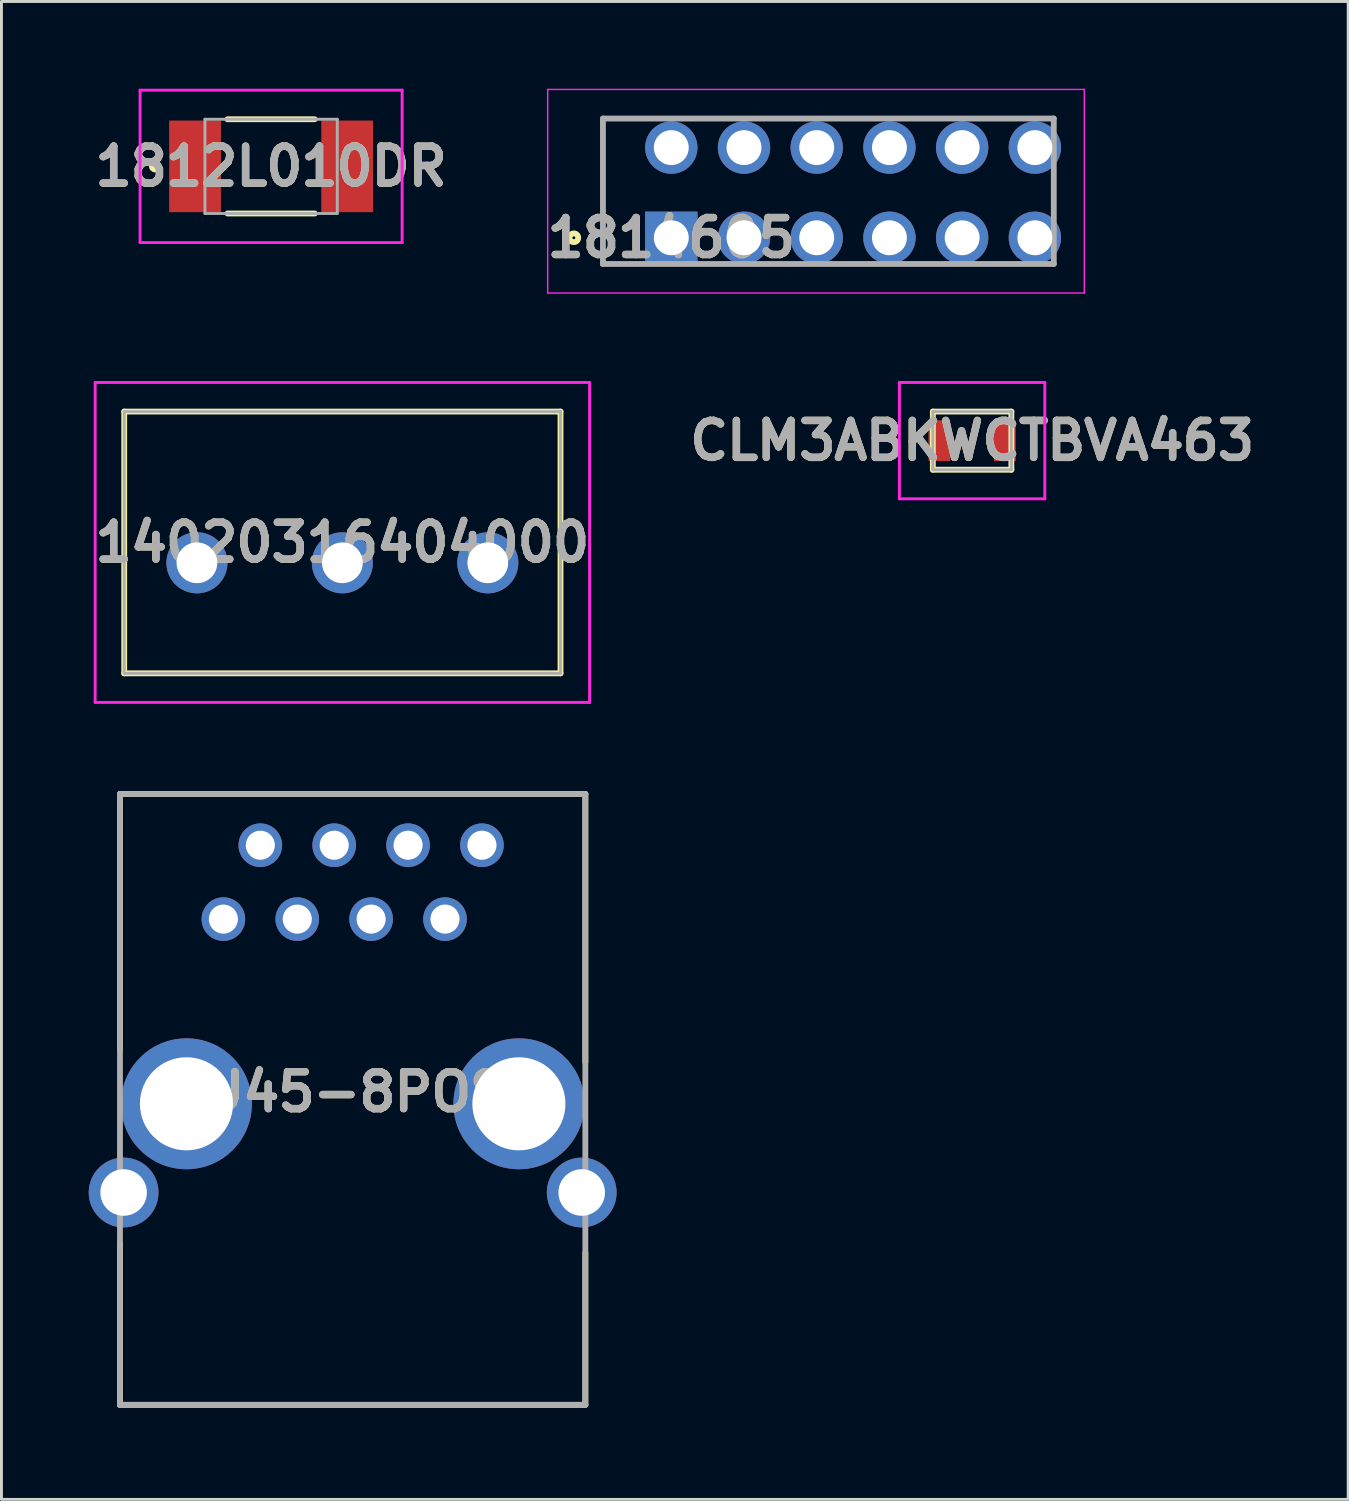
<source format=kicad_pcb>
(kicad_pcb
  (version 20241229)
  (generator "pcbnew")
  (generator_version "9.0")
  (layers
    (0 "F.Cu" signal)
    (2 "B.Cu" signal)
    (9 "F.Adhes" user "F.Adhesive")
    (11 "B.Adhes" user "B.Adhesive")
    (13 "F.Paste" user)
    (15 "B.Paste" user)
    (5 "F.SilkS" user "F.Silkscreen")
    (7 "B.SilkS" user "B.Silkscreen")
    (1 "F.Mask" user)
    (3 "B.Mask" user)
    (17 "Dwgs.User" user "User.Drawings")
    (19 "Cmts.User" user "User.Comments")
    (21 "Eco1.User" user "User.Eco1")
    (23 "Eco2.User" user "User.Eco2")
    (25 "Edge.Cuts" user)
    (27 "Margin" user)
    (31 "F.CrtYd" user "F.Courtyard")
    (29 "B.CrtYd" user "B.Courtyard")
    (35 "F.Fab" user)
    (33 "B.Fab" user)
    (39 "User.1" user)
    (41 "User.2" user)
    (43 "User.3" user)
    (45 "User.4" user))
  (footprint "1812L010DR"
    (layer "F.Cu")
    (at 6.271 2.67)
    (property "Reference" "1812L010DR" (at 0 0 0) (layer "F.SilkS") (effects (font (size 1.27 1.27) (thickness 0.254))))
    (attr smd)
    (fp_line (start -4 -0.1) (end -4 -0.1) (stroke (width 0.2) (type solid)) (layer "F.SilkS"))
    (fp_line (start -4 0.1) (end -4 0.1) (stroke (width 0.2) (type solid)) (layer "F.SilkS"))
    (fp_line (start -1.5 -1.62) (end 1.5 -1.62) (stroke (width 0.2) (type solid)) (layer "F.SilkS"))
    (fp_line (start -1.5 1.62) (end 1.5 1.62) (stroke (width 0.2) (type solid)) (layer "F.SilkS"))
    (fp_arc (start -4 -0.1) (mid -3.9 0) (end -4 0.1) (stroke (width 0.2) (type solid)) (layer "F.SilkS"))
    (fp_arc (start -4 0.1) (mid -4.1 0) (end -4 -0.1) (stroke (width 0.2) (type solid)) (layer "F.SilkS"))
    (fp_line (start -4.505 -2.62) (end 4.505 -2.62) (stroke (width 0.1) (type solid)) (layer "F.CrtYd"))
    (fp_line (start -4.505 2.62) (end -4.505 -2.62) (stroke (width 0.1) (type solid)) (layer "F.CrtYd"))
    (fp_line (start 4.505 -2.62) (end 4.505 2.62) (stroke (width 0.1) (type solid)) (layer "F.CrtYd"))
    (fp_line (start 4.505 2.62) (end -4.505 2.62) (stroke (width 0.1) (type solid)) (layer "F.CrtYd"))
    (fp_line (start -2.275 -1.62) (end 2.275 -1.62) (stroke (width 0.1) (type solid)) (layer "F.Fab"))
    (fp_line (start -2.275 1.62) (end -2.275 -1.62) (stroke (width 0.1) (type solid)) (layer "F.Fab"))
    (fp_line (start 2.275 -1.62) (end 2.275 1.62) (stroke (width 0.1) (type solid)) (layer "F.Fab"))
    (fp_line (start 2.275 1.62) (end -2.275 1.62) (stroke (width 0.1) (type solid)) (layer "F.Fab"))
    (fp_text user "${REFERENCE}" (at 0 0 0) (layer "F.Fab") (effects (font (size 1.27 1.27) (thickness 0.254))))
    (pad "1" smd rect (at -2.615 0) (size 1.78 3.15) (layers "F.Cu" "F.Mask" "F.Paste"))
    (pad "2" smd rect (at 2.615 0) (size 1.78 3.15) (layers "F.Cu" "F.Mask" "F.Paste")))
  (footprint "CLM3ABKWCTBVA463"
    (layer "F.Cu")
    (at 30.372 12.1)
    (property "Reference" "CLM3ABKWCTBVA463" (at 0 0 0) (layer "F.SilkS") (effects (font (size 1.27 1.27) (thickness 0.254))))
    (attr smd)
    (fp_line (start -2.1 0) (end -2.1 0) (stroke (width 0.1) (type solid)) (layer "F.SilkS"))
    (fp_line (start -2 0) (end -2 0) (stroke (width 0.1) (type solid)) (layer "F.SilkS"))
    (fp_line (start -1.35 -1) (end 1.35 -1) (stroke (width 0.2) (type solid)) (layer "F.SilkS"))
    (fp_line (start -1.35 1) (end -1.35 -1) (stroke (width 0.2) (type solid)) (layer "F.SilkS"))
    (fp_line (start 1.35 -1) (end 1.35 1) (stroke (width 0.2) (type solid)) (layer "F.SilkS"))
    (fp_line (start 1.35 1) (end -1.35 1) (stroke (width 0.2) (type solid)) (layer "F.SilkS"))
    (fp_arc (start -2.1 0) (mid -2.05 -0.05) (end -2 0) (stroke (width 0.1) (type solid)) (layer "F.SilkS"))
    (fp_arc (start -2 0) (mid -2.05 0.05) (end -2.1 0) (stroke (width 0.1) (type solid)) (layer "F.SilkS"))
    (fp_line (start -2.5 -2) (end 2.5 -2) (stroke (width 0.1) (type solid)) (layer "F.CrtYd"))
    (fp_line (start -2.5 2) (end -2.5 -2) (stroke (width 0.1) (type solid)) (layer "F.CrtYd"))
    (fp_line (start 2.5 -2) (end 2.5 2) (stroke (width 0.1) (type solid)) (layer "F.CrtYd"))
    (fp_line (start 2.5 2) (end -2.5 2) (stroke (width 0.1) (type solid)) (layer "F.CrtYd"))
    (fp_line (start -1.35 -1) (end 1.35 -1) (stroke (width 0.1) (type solid)) (layer "F.Fab"))
    (fp_line (start -1.35 1) (end -1.35 -1) (stroke (width 0.1) (type solid)) (layer "F.Fab"))
    (fp_line (start 1.35 -1) (end 1.35 1) (stroke (width 0.1) (type solid)) (layer "F.Fab"))
    (fp_line (start 1.35 1) (end -1.35 1) (stroke (width 0.1) (type solid)) (layer "F.Fab"))
    (fp_text user "${REFERENCE}" (at 0 0 0) (layer "F.Fab") (effects (font (size 1.27 1.27) (thickness 0.254))))
    (pad "1" smd rect (at -1.125 0) (size 0.75 1.4) (layers "F.Cu" "F.Mask" "F.Paste"))
    (pad "2" smd rect (at 1.125 0) (size 0.75 1.4) (layers "F.Cu" "F.Mask" "F.Paste")))
  (footprint "RJ45-8POS"
    (layer "F.Cu")
    (at 1.075 45.25)
    (property "Reference" "RJ45-8POS" (at 7.637 -10.758 0) (layer "F.SilkS") (effects (font (size 1.27 1.27) (thickness 0.254))))
    (attr through_hole)
    (fp_line (start 0 -21) (end 0 -12.212) (stroke (width 0.2) (type solid)) (layer "F.SilkS"))
    (fp_line (start 0 -21) (end 16 -21) (stroke (width 0.2) (type solid)) (layer "F.SilkS"))
    (fp_line (start 0 0) (end 0 -5.571) (stroke (width 0.2) (type solid)) (layer "F.SilkS"))
    (fp_line (start 0 0) (end 16 0) (stroke (width 0.2) (type solid)) (layer "F.SilkS"))
    (fp_line (start 16 -21) (end 16 -11.776) (stroke (width 0.2) (type solid)) (layer "F.SilkS"))
    (fp_line (start 16 0) (end 16 -5.232) (stroke (width 0.2) (type solid)) (layer "F.SilkS"))
    (fp_line (start 0 -21) (end 16 -21) (stroke (width 0.2) (type solid)) (layer "F.Fab"))
    (fp_line (start 0 0) (end 0 -21) (stroke (width 0.2) (type solid)) (layer "F.Fab"))
    (fp_line (start 16 -21) (end 16 0) (stroke (width 0.2) (type solid)) (layer "F.Fab"))
    (fp_line (start 16 0) (end 0 0) (stroke (width 0.2) (type solid)) (layer "F.Fab"))
    (fp_text user "${REFERENCE}" (at 7.637 -10.758 0) (layer "F.Fab") (effects (font (size 1.27 1.27) (thickness 0.254))))
    (pad "1" thru_hole circle (at 3.555 -16.7) (size 1.5 1.5) (drill 1) (layers "*.Cu" "*.Mask"))
    (pad "2" thru_hole circle (at 4.825 -19.24) (size 1.5 1.5) (drill 1) (layers "*.Cu" "*.Mask"))
    (pad "3" thru_hole circle (at 6.095 -16.7) (size 1.5 1.5) (drill 1) (layers "*.Cu" "*.Mask"))
    (pad "4" thru_hole circle (at 7.365 -19.24) (size 1.5 1.5) (drill 1) (layers "*.Cu" "*.Mask"))
    (pad "5" thru_hole circle (at 8.635 -16.7) (size 1.5 1.5) (drill 1) (layers "*.Cu" "*.Mask"))
    (pad "6" thru_hole circle (at 9.905 -19.24) (size 1.5 1.5) (drill 1) (layers "*.Cu" "*.Mask"))
    (pad "7" thru_hole circle (at 11.175 -16.7) (size 1.5 1.5) (drill 1) (layers "*.Cu" "*.Mask"))
    (pad "8" thru_hole circle (at 12.445 -19.24) (size 1.5 1.5) (drill 1) (layers "*.Cu" "*.Mask"))
    (pad "9" thru_hole circle (at 13.715 -10.35) (size 4.5 4.5) (drill 3.2) (layers "*.Cu" "*.Mask"))
    (pad "10" thru_hole circle (at 2.285 -10.35) (size 4.5 4.5) (drill 3.2) (layers "*.Cu" "*.Mask"))
    (pad "11" thru_hole circle (at 0.125 -7.3) (size 2.4 2.4) (drill 1.6) (layers "*.Cu" "*.Mask"))
    (pad "12" thru_hole circle (at 15.875 -7.3) (size 2.4 2.4) (drill 1.6) (layers "*.Cu" "*.Mask")))
  (footprint "1814605"
    (layer "F.Cu")
    (at 20.03 5.125)
    (property "Reference" "1814605" (at 0 0 0) (layer "F.SilkS") (effects (font (size 1.27 1.27) (thickness 0.254))))
    (attr through_hole)
    (fp_line (start -2.35 0.9) (end -2.35 -4.1) (stroke (width 0.1) (type solid)) (layer "F.SilkS"))
    (fp_circle (center -3.35 0) (end -3.35 0.05) (stroke (width 0.2) (type solid)) (fill no) (layer "F.SilkS"))
    (fp_line (start -4.25 -5.1) (end 14.2 -5.1) (stroke (width 0.05) (type solid)) (layer "F.CrtYd"))
    (fp_line (start -4.25 1.9) (end -4.25 -5.1) (stroke (width 0.05) (type solid)) (layer "F.CrtYd"))
    (fp_line (start 14.2 -5.1) (end 14.2 1.9) (stroke (width 0.05) (type solid)) (layer "F.CrtYd"))
    (fp_line (start 14.2 1.9) (end -4.25 1.9) (stroke (width 0.05) (type solid)) (layer "F.CrtYd"))
    (fp_line (start -2.35 -4.1) (end 13.15 -4.1) (stroke (width 0.2) (type solid)) (layer "F.Fab"))
    (fp_line (start -2.35 0.9) (end -2.35 -4.1) (stroke (width 0.2) (type solid)) (layer "F.Fab"))
    (fp_line (start 13.15 -4.1) (end 13.15 0.9) (stroke (width 0.2) (type solid)) (layer "F.Fab"))
    (fp_line (start 13.15 0.9) (end -2.35 0.9) (stroke (width 0.2) (type solid)) (layer "F.Fab"))
    (fp_text user "${REFERENCE}" (at 0 0 0) (layer "F.Fab") (effects (font (size 1.27 1.27) (thickness 0.254))))
    (pad "1" thru_hole rect (at 0 0) (size 1.8 1.8) (drill 1.2) (layers "*.Cu" "*.Mask"))
    (pad "2" thru_hole circle (at 0 -3.1) (size 1.8 1.8) (drill 1.2) (layers "*.Cu" "*.Mask"))
    (pad "3" thru_hole circle (at 2.5 0) (size 1.8 1.8) (drill 1.2) (layers "*.Cu" "*.Mask"))
    (pad "4" thru_hole circle (at 2.5 -3.1) (size 1.8 1.8) (drill 1.2) (layers "*.Cu" "*.Mask"))
    (pad "5" thru_hole circle (at 5 0) (size 1.8 1.8) (drill 1.2) (layers "*.Cu" "*.Mask"))
    (pad "6" thru_hole circle (at 5 -3.1) (size 1.8 1.8) (drill 1.2) (layers "*.Cu" "*.Mask"))
    (pad "7" thru_hole circle (at 7.5 0) (size 1.8 1.8) (drill 1.2) (layers "*.Cu" "*.Mask"))
    (pad "8" thru_hole circle (at 7.5 -3.1) (size 1.8 1.8) (drill 1.2) (layers "*.Cu" "*.Mask"))
    (pad "9" thru_hole circle (at 10 0) (size 1.8 1.8) (drill 1.2) (layers "*.Cu" "*.Mask"))
    (pad "10" thru_hole circle (at 10 -3.1) (size 1.8 1.8) (drill 1.2) (layers "*.Cu" "*.Mask"))
    (pad "11" thru_hole circle (at 12.5 0) (size 1.8 1.8) (drill 1.2) (layers "*.Cu" "*.Mask"))
    (pad "12" thru_hole circle (at 12.5 -3.1) (size 1.8 1.8) (drill 1.2) (layers "*.Cu" "*.Mask")))
  (footprint "14020316404000"
    (layer "F.Cu")
    (at 3.721 16.3)
    (property "Reference" "14020316404000" (at 5 -0.7 0) (layer "F.SilkS") (effects (font (size 1.27 1.27) (thickness 0.254))))
    (attr through_hole)
    (fp_line (start -3.2 -0.1) (end -3.2 -0.1) (stroke (width 0.1) (type solid)) (layer "F.SilkS"))
    (fp_line (start -3.1 -0.1) (end -3.1 -0.1) (stroke (width 0.1) (type solid)) (layer "F.SilkS"))
    (fp_line (start -2.5 -5.2) (end 12.5 -5.2) (stroke (width 0.2) (type solid)) (layer "F.SilkS"))
    (fp_line (start -2.5 3.8) (end -2.5 -5.2) (stroke (width 0.2) (type solid)) (layer "F.SilkS"))
    (fp_line (start 12.5 -5.2) (end 12.5 3.8) (stroke (width 0.2) (type solid)) (layer "F.SilkS"))
    (fp_line (start 12.5 3.8) (end -2.5 3.8) (stroke (width 0.2) (type solid)) (layer "F.SilkS"))
    (fp_arc (start -3.2 -0.1) (mid -3.15 -0.15) (end -3.1 -0.1) (stroke (width 0.1) (type solid)) (layer "F.SilkS"))
    (fp_arc (start -3.1 -0.1) (mid -3.15 -0.05) (end -3.2 -0.1) (stroke (width 0.1) (type solid)) (layer "F.SilkS"))
    (fp_line (start -3.5 -6.2) (end 13.5 -6.2) (stroke (width 0.1) (type solid)) (layer "F.CrtYd"))
    (fp_line (start -3.5 4.8) (end -3.5 -6.2) (stroke (width 0.1) (type solid)) (layer "F.CrtYd"))
    (fp_line (start 13.5 -6.2) (end 13.5 4.8) (stroke (width 0.1) (type solid)) (layer "F.CrtYd"))
    (fp_line (start 13.5 4.8) (end -3.5 4.8) (stroke (width 0.1) (type solid)) (layer "F.CrtYd"))
    (fp_line (start -2.5 -5.2) (end 12.5 -5.2) (stroke (width 0.1) (type solid)) (layer "F.Fab"))
    (fp_line (start -2.5 3.8) (end -2.5 -5.2) (stroke (width 0.1) (type solid)) (layer "F.Fab"))
    (fp_line (start 12.5 -5.2) (end 12.5 3.8) (stroke (width 0.1) (type solid)) (layer "F.Fab"))
    (fp_line (start 12.5 3.8) (end -2.5 3.8) (stroke (width 0.1) (type solid)) (layer "F.Fab"))
    (fp_text user "${REFERENCE}" (at 5 -0.7 0) (layer "F.Fab") (effects (font (size 1.27 1.27) (thickness 0.254))))
    (pad "1" thru_hole circle (at 0 0) (size 2.1 2.1) (drill 1.4) (layers "*.Cu" "*.Mask"))
    (pad "2" thru_hole circle (at 5 0) (size 2.1 2.1) (drill 1.4) (layers "*.Cu" "*.Mask"))
    (pad "3" thru_hole circle (at 10 0) (size 2.1 2.1) (drill 1.4) (layers "*.Cu" "*.Mask")))
  (gr_rect
    (start -3 -3)
    (end 43.302 48.5)
    (stroke (width 0.1) (type default))
    (fill no)
    (layer "Edge.Cuts")))
</source>
